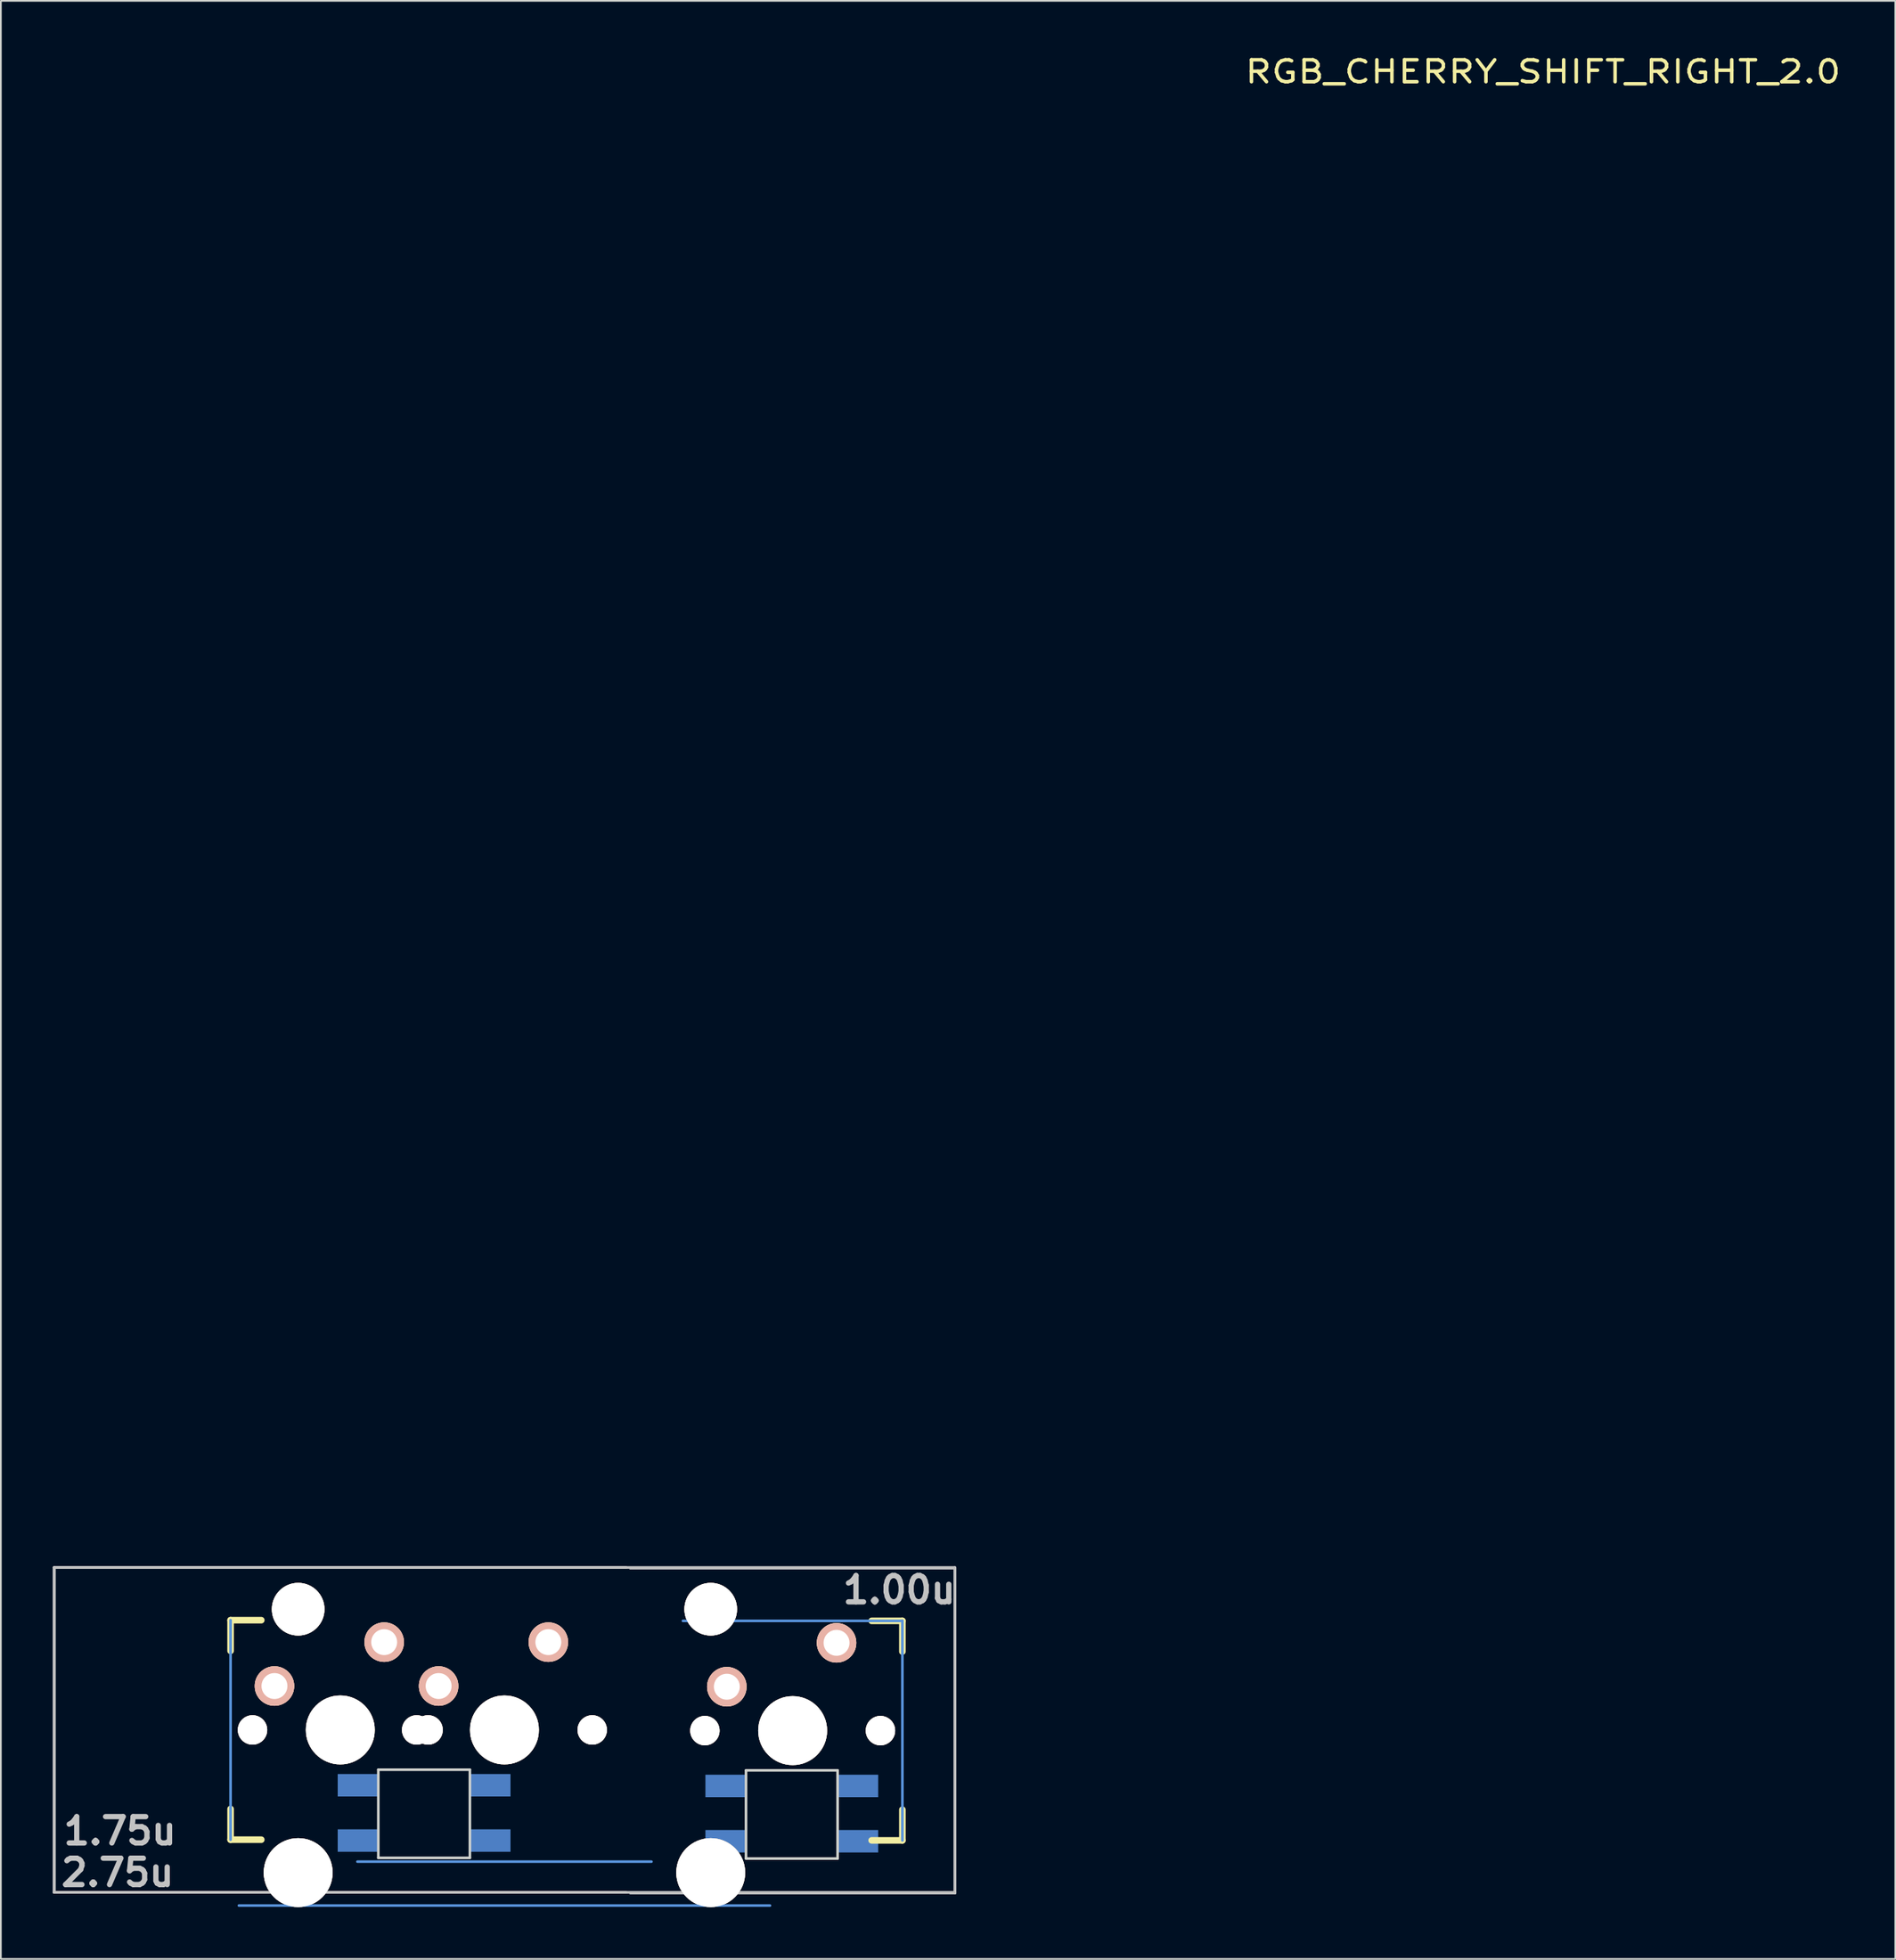
<source format=kicad_pcb>
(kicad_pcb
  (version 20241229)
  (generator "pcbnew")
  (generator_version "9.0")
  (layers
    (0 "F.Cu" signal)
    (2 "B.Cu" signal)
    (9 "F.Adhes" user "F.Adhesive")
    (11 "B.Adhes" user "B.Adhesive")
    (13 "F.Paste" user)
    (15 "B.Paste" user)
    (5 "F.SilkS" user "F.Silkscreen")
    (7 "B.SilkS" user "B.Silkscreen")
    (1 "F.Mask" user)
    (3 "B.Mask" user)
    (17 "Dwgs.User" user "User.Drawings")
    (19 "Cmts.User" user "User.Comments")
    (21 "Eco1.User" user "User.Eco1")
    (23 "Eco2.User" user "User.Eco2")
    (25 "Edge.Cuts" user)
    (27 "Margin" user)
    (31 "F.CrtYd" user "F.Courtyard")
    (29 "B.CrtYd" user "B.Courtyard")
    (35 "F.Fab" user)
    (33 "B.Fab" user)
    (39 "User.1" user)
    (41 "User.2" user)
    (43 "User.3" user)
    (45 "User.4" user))
  (footprint "RGB_CHERRY_SHIFT_RIGHT_2.0"
    (layer "F.Cu")
    (at 25.194 97.035)
    (property "Reference" "RGB_CHERRY_SHIFT_RIGHT_2.0" (at 61.055 -95.935 0) (layer "F.SilkS") (effects (font (size 1.27 1.524) (thickness 0.203))))
    (attr through_hole)
    (fp_line (start -14.9 -6.35) (end -13.122 -6.35) (stroke (width 0.381) (type solid)) (layer "F.SilkS"))
    (fp_line (start -14.9 -4.572) (end -14.9 -6.35) (stroke (width 0.381) (type solid)) (layer "F.SilkS"))
    (fp_line (start -14.9 6.35) (end -14.9 4.572) (stroke (width 0.381) (type solid)) (layer "F.SilkS"))
    (fp_line (start -13.122 6.35) (end -14.9 6.35) (stroke (width 0.381) (type solid)) (layer "F.SilkS"))
    (fp_line (start 22.202 -6.31) (end 23.98 -6.31) (stroke (width 0.381) (type solid)) (layer "F.SilkS"))
    (fp_line (start 23.98 -6.31) (end 23.98 -4.532) (stroke (width 0.381) (type solid)) (layer "F.SilkS"))
    (fp_line (start 23.98 4.612) (end 23.98 6.39) (stroke (width 0.381) (type solid)) (layer "F.SilkS"))
    (fp_line (start 23.98 6.39) (end 22.202 6.39) (stroke (width 0.381) (type solid)) (layer "F.SilkS"))
    (fp_line (start -25.118 -9.398) (end 27.018 -9.398) (stroke (width 0.152) (type solid)) (layer "Dwgs.User"))
    (fp_line (start -25.118 9.398) (end -25.118 -9.398) (stroke (width 0.152) (type solid)) (layer "Dwgs.User"))
    (fp_line (start -25.093 -9.398) (end 7.993 -9.398) (stroke (width 0.152) (type solid)) (layer "Dwgs.User"))
    (fp_line (start -25.093 9.398) (end -25.093 -9.398) (stroke (width 0.152) (type solid)) (layer "Dwgs.User"))
    (fp_line (start 7.993 9.398) (end -25.093 9.398) (stroke (width 0.152) (type solid)) (layer "Dwgs.User"))
    (fp_line (start 8.232 -9.358) (end 27.028 -9.358) (stroke (width 0.152) (type solid)) (layer "Dwgs.User"))
    (fp_line (start 27.018 -9.398) (end 27.018 9.398) (stroke (width 0.152) (type solid)) (layer "Dwgs.User"))
    (fp_line (start 27.018 9.398) (end -25.118 9.398) (stroke (width 0.152) (type solid)) (layer "Dwgs.User"))
    (fp_line (start 27.028 -9.358) (end 27.028 9.438) (stroke (width 0.152) (type solid)) (layer "Dwgs.User"))
    (fp_line (start 27.028 9.438) (end 8.232 9.438) (stroke (width 0.152) (type solid)) (layer "Dwgs.User"))
    (fp_line (start -14.9 6.35) (end -14.9 -6.35) (stroke (width 0.152) (type solid)) (layer "Cmts.User"))
    (fp_line (start -14.417 10.16) (end 16.317 10.16) (stroke (width 0.152) (type solid)) (layer "Cmts.User"))
    (fp_line (start 9.459 7.62) (end -7.559 7.62) (stroke (width 0.152) (type solid)) (layer "Cmts.User"))
    (fp_line (start 11.28 -6.31) (end 23.98 -6.31) (stroke (width 0.152) (type solid)) (layer "Cmts.User"))
    (fp_line (start 23.98 -6.31) (end 23.98 6.39) (stroke (width 0.152) (type solid)) (layer "Cmts.User"))
    (fp_line (start -15.535 -6.985) (end -1.565 -6.985) (stroke (width 0.152) (type solid)) (layer "Eco2.User"))
    (fp_line (start -15.535 6.985) (end -15.535 -6.985) (stroke (width 0.152) (type solid)) (layer "Eco2.User"))
    (fp_line (start -15.179 -2.286) (end -14.315 -2.286) (stroke (width 0.152) (type solid)) (layer "Eco2.User"))
    (fp_line (start -15.179 0.508) (end -15.179 -2.286) (stroke (width 0.152) (type solid)) (layer "Eco2.User"))
    (fp_line (start -14.315 -5.69) (end -7.661 -5.69) (stroke (width 0.152) (type solid)) (layer "Eco2.User"))
    (fp_line (start -14.315 -2.286) (end -14.315 -5.69) (stroke (width 0.152) (type solid)) (layer "Eco2.User"))
    (fp_line (start -14.315 0.508) (end -15.179 0.508) (stroke (width 0.152) (type solid)) (layer "Eco2.User"))
    (fp_line (start -14.315 6.604) (end -14.315 0.508) (stroke (width 0.152) (type solid)) (layer "Eco2.User"))
    (fp_line (start -13.274 6.604) (end -14.315 6.604) (stroke (width 0.152) (type solid)) (layer "Eco2.User"))
    (fp_line (start -13.274 7.772) (end -13.274 6.604) (stroke (width 0.152) (type solid)) (layer "Eco2.User"))
    (fp_line (start -8.702 6.604) (end -8.702 7.772) (stroke (width 0.152) (type solid)) (layer "Eco2.User"))
    (fp_line (start -8.702 7.772) (end -13.274 7.772) (stroke (width 0.152) (type solid)) (layer "Eco2.User"))
    (fp_line (start -7.661 -5.69) (end -7.661 -4.877) (stroke (width 0.152) (type solid)) (layer "Eco2.User"))
    (fp_line (start -7.661 -4.877) (end -6.035 -4.877) (stroke (width 0.152) (type solid)) (layer "Eco2.User"))
    (fp_line (start -7.661 5.817) (end -7.661 6.604) (stroke (width 0.152) (type solid)) (layer "Eco2.User"))
    (fp_line (start -7.661 6.604) (end -8.702 6.604) (stroke (width 0.152) (type solid)) (layer "Eco2.User"))
    (fp_line (start -6.035 -6.985) (end 7.935 -6.985) (stroke (width 0.152) (type solid)) (layer "Eco2.User"))
    (fp_line (start -6.035 5.817) (end -7.661 5.817) (stroke (width 0.152) (type solid)) (layer "Eco2.User"))
    (fp_line (start -6.035 6.985) (end -6.035 5.817) (stroke (width 0.152) (type solid)) (layer "Eco2.User"))
    (fp_line (start 7.935 -6.985) (end 7.935 -4.877) (stroke (width 0.152) (type solid)) (layer "Eco2.User"))
    (fp_line (start 7.935 -4.877) (end 9.561 -4.877) (stroke (width 0.152) (type solid)) (layer "Eco2.User"))
    (fp_line (start 7.935 5.817) (end 7.935 6.985) (stroke (width 0.152) (type solid)) (layer "Eco2.User"))
    (fp_line (start 7.935 6.985) (end -6.035 6.985) (stroke (width 0.152) (type solid)) (layer "Eco2.User"))
    (fp_line (start 9.561 -5.69) (end 16.215 -5.69) (stroke (width 0.152) (type solid)) (layer "Eco2.User"))
    (fp_line (start 9.561 -4.877) (end 9.561 -5.69) (stroke (width 0.152) (type solid)) (layer "Eco2.User"))
    (fp_line (start 9.561 5.817) (end 7.935 5.817) (stroke (width 0.152) (type solid)) (layer "Eco2.User"))
    (fp_line (start 9.561 6.604) (end 9.561 5.817) (stroke (width 0.152) (type solid)) (layer "Eco2.User"))
    (fp_line (start 10.602 6.604) (end 9.561 6.604) (stroke (width 0.152) (type solid)) (layer "Eco2.User"))
    (fp_line (start 10.645 -6.945) (end 24.615 -6.945) (stroke (width 0.152) (type solid)) (layer "Eco2.User"))
    (fp_line (start 16.215 -5.69) (end 16.215 -2.286) (stroke (width 0.152) (type solid)) (layer "Eco2.User"))
    (fp_line (start 16.215 -2.286) (end 17.079 -2.286) (stroke (width 0.152) (type solid)) (layer "Eco2.User"))
    (fp_line (start 17.079 -2.286) (end 17.079 0.508) (stroke (width 0.152) (type solid)) (layer "Eco2.User"))
    (fp_line (start 17.079 0.508) (end 16.215 0.508) (stroke (width 0.152) (type solid)) (layer "Eco2.User"))
    (fp_line (start 24.615 -6.945) (end 24.615 7.025) (stroke (width 0.152) (type solid)) (layer "Eco2.User"))
    (fp_line (start 24.615 7.025) (end 10.645 7.025) (stroke (width 0.152) (type solid)) (layer "Eco2.User"))
    (fp_line (start -6.35 2.3) (end -6.35 7.4) (stroke (width 0.15) (type solid)) (layer "Edge.Cuts"))
    (fp_line (start -6.35 2.3) (end -1.05 2.3) (stroke (width 0.15) (type solid)) (layer "Edge.Cuts"))
    (fp_line (start -1.05 2.3) (end -1.05 7.4) (stroke (width 0.15) (type solid)) (layer "Edge.Cuts"))
    (fp_line (start -1.05 7.4) (end -6.35 7.4) (stroke (width 0.15) (type solid)) (layer "Edge.Cuts"))
    (fp_line (start 14.93 2.34) (end 14.93 7.44) (stroke (width 0.15) (type solid)) (layer "Edge.Cuts"))
    (fp_line (start 14.93 2.34) (end 20.23 2.34) (stroke (width 0.15) (type solid)) (layer "Edge.Cuts"))
    (fp_line (start 20.23 2.34) (end 20.23 7.44) (stroke (width 0.15) (type solid)) (layer "Edge.Cuts"))
    (fp_line (start 20.23 7.44) (end 14.93 7.44) (stroke (width 0.15) (type solid)) (layer "Edge.Cuts"))
    (fp_text user "2.75u" (at -21.435 8.255 0) (layer "Dwgs.User") (effects (font (size 1.524 1.524) (thickness 0.305))))
    (fp_text user "1.00u" (at 23.8 -8.1 0) (layer "Dwgs.User") (effects (font (size 1.524 1.524) (thickness 0.305))))
    (fp_text user "1.75u" (at -21.3 5.85 0) (layer "Dwgs.User") (effects (font (size 1.524 1.524) (thickness 0.305))))
    (pad "" np_thru_hole circle (at -13.63 0) (size 1.702 1.702) (drill 1.702) (layers "*.Cu" "*.SilkS" "*.Mask"))
    (pad "" np_thru_hole circle (at -10.988 -6.985) (size 3.048 3.048) (drill 3.048) (layers "*.Cu" "*.SilkS" "*.Mask"))
    (pad "" np_thru_hole circle (at -10.988 8.255) (size 3.988 3.988) (drill 3.988) (layers "*.Cu" "*.SilkS" "*.Mask"))
    (pad "" np_thru_hole circle (at -8.55 0) (size 3.988 3.988) (drill 3.988) (layers "*.Cu" "*.SilkS" "*.Mask"))
    (pad "" np_thru_hole circle (at -4.13 0) (size 1.702 1.702) (drill 1.702) (layers "*.Cu" "*.SilkS" "*.Mask"))
    (pad "" np_thru_hole circle (at -3.47 0) (size 1.702 1.702) (drill 1.702) (layers "*.Cu" "*.SilkS" "*.Mask"))
    (pad "" np_thru_hole circle (at 0.95 0) (size 3.988 3.988) (drill 3.988) (layers "*.Cu" "*.SilkS" "*.Mask"))
    (pad "" np_thru_hole circle (at 6.03 0) (size 1.702 1.702) (drill 1.702) (layers "*.Cu" "*.SilkS" "*.Mask"))
    (pad "" np_thru_hole circle (at 12.55 0.04) (size 1.702 1.702) (drill 1.702) (layers "*.Cu" "*.SilkS" "*.Mask"))
    (pad "" np_thru_hole circle (at 12.888 -6.985) (size 3.048 3.048) (drill 3.048) (layers "*.Cu" "*.SilkS" "*.Mask"))
    (pad "" np_thru_hole circle (at 12.888 8.255) (size 3.988 3.988) (drill 3.988) (layers "*.Cu" "*.SilkS" "*.Mask"))
    (pad "" np_thru_hole circle (at 17.63 0.04) (size 3.988 3.988) (drill 3.988) (layers "*.Cu" "*.SilkS" "*.Mask"))
    (pad "" np_thru_hole circle (at 22.71 0.04) (size 1.702 1.702) (drill 1.702) (layers "*.Cu" "*.SilkS" "*.Mask"))
    (pad "1" thru_hole circle (at -6.01 -5.08) (size 2.286 2.286) (drill 1.499) (layers "*.Cu" "*.SilkS" "*.Mask"))
    (pad "1" thru_hole circle (at 3.49 -5.08) (size 2.286 2.286) (drill 1.499) (layers "*.Cu" "*.SilkS" "*.Mask"))
    (pad "2" thru_hole circle (at -12.36 -2.54) (size 2.286 2.286) (drill 1.499) (layers "*.Cu" "*.SilkS" "*.Mask"))
    (pad "2" thru_hole circle (at -2.86 -2.54) (size 2.286 2.286) (drill 1.499) (layers "*.Cu" "*.SilkS" "*.Mask"))
    (pad "3" thru_hole circle (at 20.17 -5.04) (size 2.286 2.286) (drill 1.499) (layers "*.Cu" "*.SilkS" "*.Mask"))
    (pad "4" thru_hole circle (at 13.82 -2.5) (size 2.286 2.286) (drill 1.499) (layers "*.Cu" "*.SilkS" "*.Mask"))
    (pad "5" smd rect (at -6.45 3.2) (size 2.3 1.3) (drill (offset -1.1 0)) (layers "B.Cu" "B.Mask" "B.Paste"))
    (pad "6" smd rect (at -6.45 6.4) (size 2.3 1.3) (drill (offset -1.1 0)) (layers "B.Cu" "B.Mask" "B.Paste"))
    (pad "7" smd rect (at -0.95 6.4) (size 2.3 1.3) (drill (offset 1.1 0)) (layers "B.Cu" "B.Mask" "B.Paste"))
    (pad "8" smd rect (at -0.95 3.2) (size 2.3 1.3) (drill (offset 1.1 0)) (layers "B.Cu" "B.Mask" "B.Paste"))
    (pad "9" smd rect (at 14.83 3.24) (size 2.3 1.3) (drill (offset -1.1 0)) (layers "B.Cu" "B.Mask" "B.Paste"))
    (pad "10" smd rect (at 14.83 6.44) (size 2.3 1.3) (drill (offset -1.1 0)) (layers "B.Cu" "B.Mask" "B.Paste"))
    (pad "11" smd rect (at 20.33 6.44) (size 2.3 1.3) (drill (offset 1.1 0)) (layers "B.Cu" "B.Mask" "B.Paste"))
    (pad "12" smd rect (at 20.33 3.24) (size 2.3 1.3) (drill (offset 1.1 0)) (layers "B.Cu" "B.Mask" "B.Paste")))
  (gr_rect
    (start -3 -3)
    (end 106.637 110.283)
    (stroke (width 0.1) (type default))
    (fill no)
    (layer "Edge.Cuts")))
</source>
